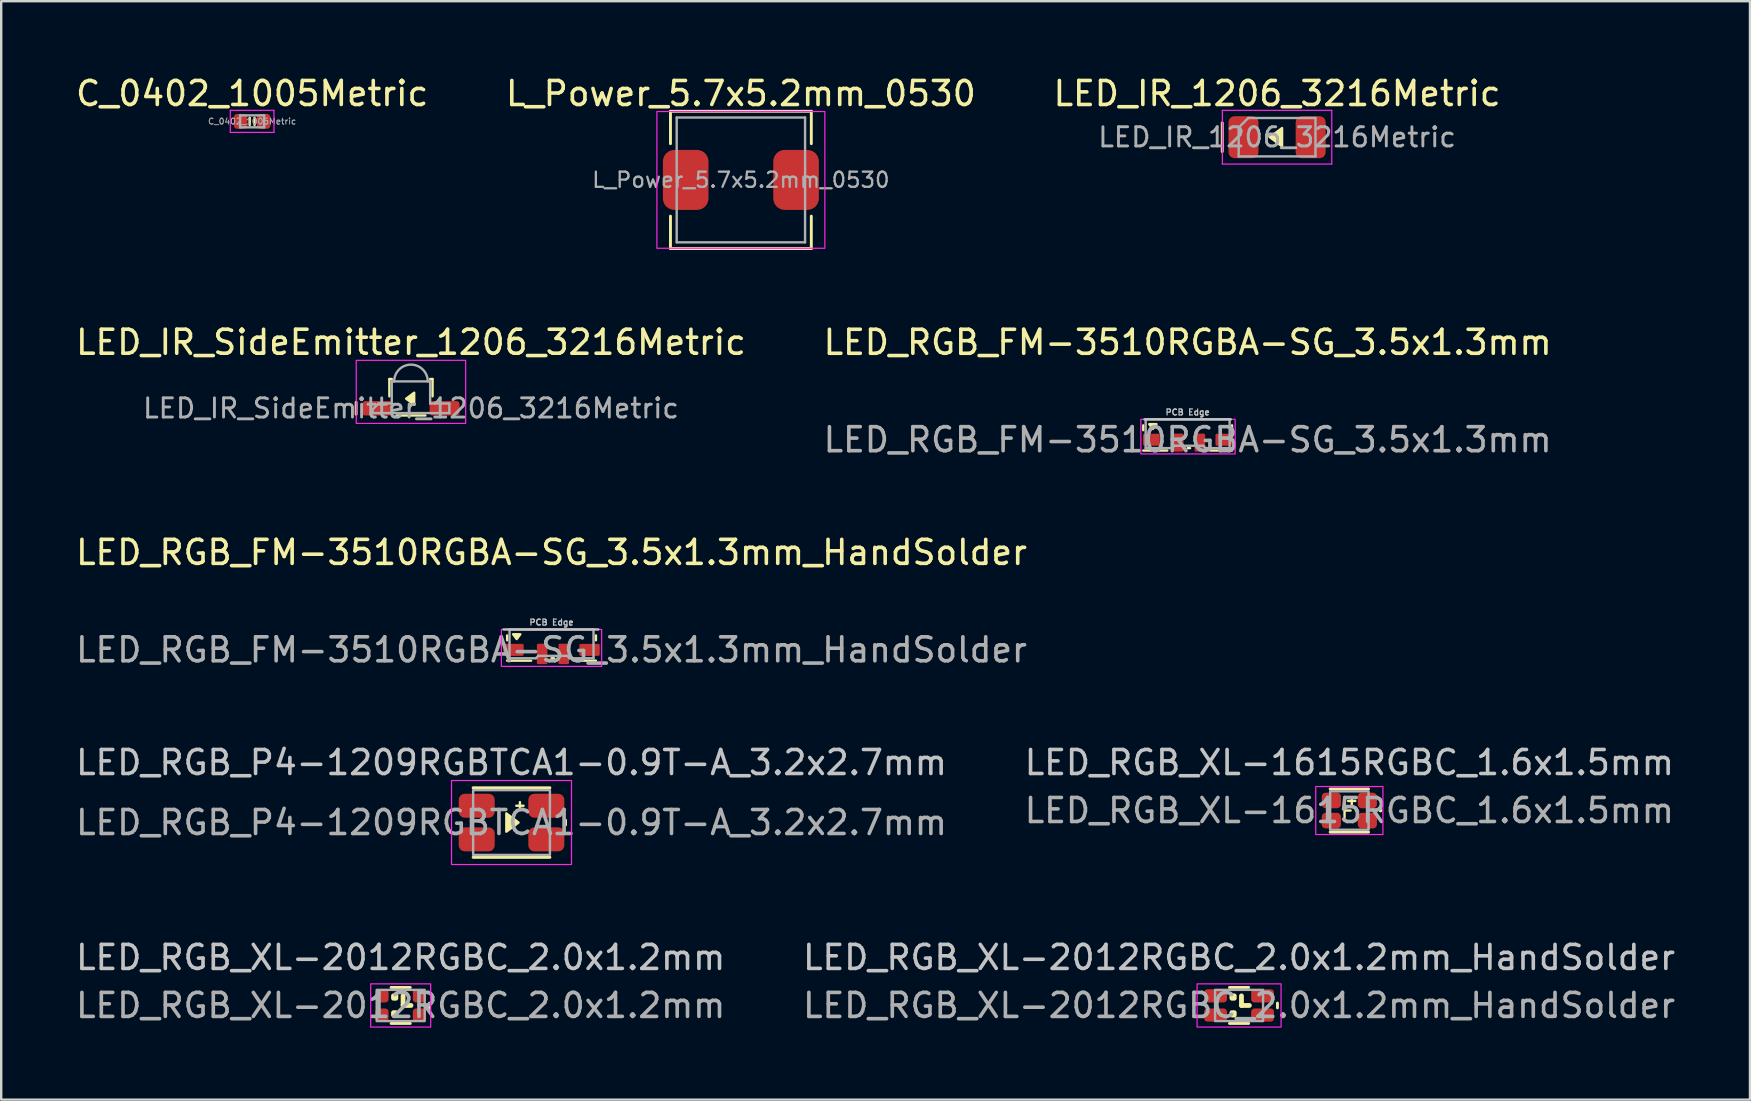
<source format=kicad_pcb>
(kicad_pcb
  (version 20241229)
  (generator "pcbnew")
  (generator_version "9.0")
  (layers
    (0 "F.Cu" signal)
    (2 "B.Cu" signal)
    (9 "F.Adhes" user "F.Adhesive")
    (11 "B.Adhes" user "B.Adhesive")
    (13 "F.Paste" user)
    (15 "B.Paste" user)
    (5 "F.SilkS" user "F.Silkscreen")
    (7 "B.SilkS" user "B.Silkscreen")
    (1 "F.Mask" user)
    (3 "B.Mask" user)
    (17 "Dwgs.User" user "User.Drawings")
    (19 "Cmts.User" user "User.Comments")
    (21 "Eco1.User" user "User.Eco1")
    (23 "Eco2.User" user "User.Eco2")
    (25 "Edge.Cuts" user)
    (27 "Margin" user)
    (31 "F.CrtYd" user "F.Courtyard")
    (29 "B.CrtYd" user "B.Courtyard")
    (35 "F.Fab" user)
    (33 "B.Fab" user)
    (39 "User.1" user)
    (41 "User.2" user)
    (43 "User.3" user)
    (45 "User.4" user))
  (footprint "LED_IR_1206_3216Metric"
    (layer "F.Cu")
    (at 50.173 2.668)
    (property "Reference" "LED_IR_1206_3216Metric" (at 0 -1.82 0) (layer "F.SilkS") (effects (font (size 1 1) (thickness 0.15))))
    (attr smd)
    (fp_line (start -2.285 -0.6) (end -2.285 0.6) (stroke (width 0.12) (type solid)) (layer "F.SilkS"))
    (fp_poly (pts (xy 0.208 -0.381) (xy 0.208 0.381) (xy -0.3 0)) (stroke (width 0.1) (type solid)) (fill yes) (layer "F.SilkS"))
    (fp_line (start -2.28 -1.12) (end 2.28 -1.12) (stroke (width 0.05) (type solid)) (layer "F.CrtYd"))
    (fp_line (start -2.28 1.12) (end -2.28 -1.12) (stroke (width 0.05) (type solid)) (layer "F.CrtYd"))
    (fp_line (start 2.28 -1.12) (end 2.28 1.12) (stroke (width 0.05) (type solid)) (layer "F.CrtYd"))
    (fp_line (start 2.28 1.12) (end -2.28 1.12) (stroke (width 0.05) (type solid)) (layer "F.CrtYd"))
    (fp_line (start -1.6 -0.4) (end -1.6 0.8) (stroke (width 0.1) (type solid)) (layer "F.Fab"))
    (fp_line (start -1.6 0.8) (end 1.6 0.8) (stroke (width 0.1) (type solid)) (layer "F.Fab"))
    (fp_line (start -1.2 -0.8) (end -1.6 -0.4) (stroke (width 0.1) (type solid)) (layer "F.Fab"))
    (fp_line (start 1.6 -0.8) (end -1.2 -0.8) (stroke (width 0.1) (type solid)) (layer "F.Fab"))
    (fp_line (start 1.6 0.8) (end 1.6 -0.8) (stroke (width 0.1) (type solid)) (layer "F.Fab"))
    (fp_text user "${REFERENCE}" (at 0 0 0) (layer "F.Fab") (effects (font (size 0.8 0.8) (thickness 0.12))))
    (pad "1" smd roundrect (at -1.4 0) (size 1.25 1.75) (layers "F.Cu" "F.Mask" "F.Paste") (roundrect_rratio 0.2))
    (pad "2" smd roundrect (at 1.4 0) (size 1.25 1.75) (layers "F.Cu" "F.Mask" "F.Paste") (roundrect_rratio 0.2)))
  (footprint "C_0402_1005Metric"
    (layer "F.Cu")
    (at 7.458 2.008)
    (property "Reference" "C_0402_1005Metric" (at 0 -1.16 0) (layer "F.SilkS") (effects (font (size 1 1) (thickness 0.15))))
    (attr smd)
    (fp_line (start -0.1 0.15) (end -0.1 -0.15) (stroke (width 0.1) (type default)) (layer "F.SilkS"))
    (fp_line (start 0.1 -0.15) (end 0.1 0.15) (stroke (width 0.1) (type default)) (layer "F.SilkS"))
    (fp_line (start -0.91 -0.46) (end 0.91 -0.46) (stroke (width 0.05) (type solid)) (layer "F.CrtYd"))
    (fp_line (start -0.91 0.46) (end -0.91 -0.46) (stroke (width 0.05) (type solid)) (layer "F.CrtYd"))
    (fp_line (start 0.91 -0.46) (end 0.91 0.46) (stroke (width 0.05) (type solid)) (layer "F.CrtYd"))
    (fp_line (start 0.91 0.46) (end -0.91 0.46) (stroke (width 0.05) (type solid)) (layer "F.CrtYd"))
    (fp_line (start -0.5 -0.25) (end 0.5 -0.25) (stroke (width 0.1) (type solid)) (layer "F.Fab"))
    (fp_line (start -0.5 0.25) (end -0.5 -0.25) (stroke (width 0.1) (type solid)) (layer "F.Fab"))
    (fp_line (start 0.5 -0.25) (end 0.5 0.25) (stroke (width 0.1) (type solid)) (layer "F.Fab"))
    (fp_line (start 0.5 0.25) (end -0.5 0.25) (stroke (width 0.1) (type solid)) (layer "F.Fab"))
    (fp_text user "${REFERENCE}" (at 0 0 0) (layer "F.Fab") (effects (font (size 0.25 0.25) (thickness 0.04))))
    (pad "1" smd roundrect (at -0.48 0) (size 0.56 0.62) (layers "F.Cu" "F.Mask" "F.Paste") (roundrect_rratio 0.25))
    (pad "2" smd roundrect (at 0.48 0) (size 0.56 0.62) (layers "F.Cu" "F.Mask" "F.Paste") (roundrect_rratio 0.25)))
  (footprint "LED_RGB_XL-2012RGBC_2.0x1.2mm"
    (layer "F.Cu")
    (at 13.649 38.853)
    (property "Reference" "LED_RGB_XL-2012RGBC_2.0x1.2mm" (at 0 -2 0) (layer "Dwgs.User") (effects (font (size 1 1) (thickness 0.15))))
    (attr smd)
    (fp_line (start -0.4 0.75) (end 0.4 0.75) (stroke (width 0.12) (type default)) (layer "F.SilkS"))
    (fp_line (start 0.1 0) (end 0.1 -0.4) (stroke (width 0.2) (type solid)) (layer "F.SilkS"))
    (fp_line (start 0.1 0) (end 0.43 0) (stroke (width 0.2) (type solid)) (layer "F.SilkS"))
    (fp_line (start 0.4 -0.75) (end -0.4 -0.75) (stroke (width 0.12) (type default)) (layer "F.SilkS"))
    (fp_line (start 1.2 0.1) (end 1.2 -0.1) (stroke (width 0.12) (type default)) (layer "F.SilkS"))
    (fp_rect (start -0.3 -0.4) (end -0.2 -0.3) (stroke (width 0.2) (type default)) (fill yes) (layer "F.SilkS"))
    (fp_rect (start -0.3 0.3) (end -0.2 0.4) (stroke (width 0.2) (type default)) (fill yes) (layer "F.SilkS"))
    (fp_rect (start -1.25 -0.9) (end 1.25 0.9) (stroke (width 0.05) (type default)) (fill no) (layer "F.CrtYd"))
    (fp_rect (start -1 -0.65) (end 1 0.65) (stroke (width 0.1) (type default)) (fill no) (layer "F.Fab"))
    (fp_text user "${REFERENCE}" (at 0 0 0) (layer "F.Fab") (effects (font (size 1 1) (thickness 0.15))))
    (pad "1" smd roundrect (at 0.78 0.4 180) (size 0.55 0.55) (layers "F.Cu" "F.Mask" "F.Paste") (roundrect_rratio 0.25))
    (pad "2" smd roundrect (at -0.78 0.4 180) (size 0.55 0.55) (layers "F.Cu" "F.Mask" "F.Paste") (roundrect_rratio 0.25))
    (pad "3" smd roundrect (at 0.78 -0.4 180) (size 0.55 0.55) (layers "F.Cu" "F.Mask" "F.Paste") (roundrect_rratio 0.25))
    (pad "4" smd roundrect (at -0.78 -0.4 180) (size 0.55 0.55) (layers "F.Cu" "F.Mask" "F.Paste") (roundrect_rratio 0.25)))
  (footprint "L_Power_5.7x5.2mm_0530"
    (layer "F.Cu")
    (at 27.827 4.448)
    (property "Reference" "L_Power_5.7x5.2mm_0530" (at 0 -3.6 0) (layer "F.SilkS") (effects (font (size 1 1) (thickness 0.15))))
    (attr smd)
    (fp_line (start -2.935 -2.86) (end -2.935 -1.51) (stroke (width 0.12) (type solid)) (layer "F.SilkS"))
    (fp_line (start -2.935 -2.86) (end 2.935 -2.86) (stroke (width 0.12) (type solid)) (layer "F.SilkS"))
    (fp_line (start -2.935 2.86) (end -2.935 1.51) (stroke (width 0.12) (type solid)) (layer "F.SilkS"))
    (fp_line (start -2.935 2.86) (end 2.935 2.86) (stroke (width 0.12) (type solid)) (layer "F.SilkS"))
    (fp_line (start 2.935 -2.86) (end 2.935 -1.51) (stroke (width 0.12) (type solid)) (layer "F.SilkS"))
    (fp_line (start 2.935 2.86) (end 2.935 1.51) (stroke (width 0.12) (type solid)) (layer "F.SilkS"))
    (fp_rect (start -3.5 -2.85) (end 3.5 2.85) (stroke (width 0.05) (type default)) (fill no) (layer "F.CrtYd"))
    (fp_line (start -2.675 -2.6) (end -2.675 2.6) (stroke (width 0.1) (type solid)) (layer "F.Fab"))
    (fp_line (start -2.675 2.6) (end 2.675 2.6) (stroke (width 0.1) (type solid)) (layer "F.Fab"))
    (fp_line (start 2.675 -2.6) (end -2.675 -2.6) (stroke (width 0.1) (type solid)) (layer "F.Fab"))
    (fp_line (start 2.675 2.6) (end 2.675 -2.6) (stroke (width 0.1) (type solid)) (layer "F.Fab"))
    (fp_text user "${REFERENCE}" (at 0 0 0) (layer "F.Fab") (effects (font (size 0.633 0.633) (thickness 0.095))))
    (pad "1" smd roundrect (at -2.3 0) (size 1.9 2.5) (layers "F.Cu" "F.Mask" "F.Paste") (roundrect_rratio 0.25))
    (pad "2" smd roundrect (at 2.3 0) (size 1.9 2.5) (layers "F.Cu" "F.Mask" "F.Paste") (roundrect_rratio 0.25)))
  (footprint "LED_RGB_FM-3510RGBA-SG_3.5x1.3mm_HandSolder"
    (layer "F.Cu")
    (at 19.935 24.033)
    (property "Reference" "LED_RGB_FM-3510RGBA-SG_3.5x1.3mm_HandSolder" (at 0 -4.06 0) (layer "F.SilkS") (effects (font (size 1 1) (thickness 0.15))))
    (attr smd)
    (fp_line (start -1.85 -0.4) (end -1.85 -0.6) (stroke (width 0.1) (type default)) (layer "F.SilkS"))
    (fp_line (start -1.85 0.45) (end -0.85 0.45) (stroke (width 0.1) (type default)) (layer "F.SilkS"))
    (fp_line (start 0 0.35) (end 0.1 0.35) (stroke (width 0.1) (type default)) (layer "F.SilkS"))
    (fp_line (start 1.85 -0.4) (end 1.85 -0.6) (stroke (width 0.1) (type default)) (layer "F.SilkS"))
    (fp_line (start 1.85 0.45) (end 0.95 0.45) (stroke (width 0.1) (type default)) (layer "F.SilkS"))
    (fp_poly (pts (xy -1.45 -0.45) (xy -1.6 -0.65) (xy -1.3 -0.65)) (stroke (width 0.1) (type solid)) (fill yes) (layer "F.SilkS"))
    (fp_line (start -2 -0.85) (end 1.95 -0.85) (stroke (width 0.1) (type default)) (layer "Dwgs.User"))
    (fp_rect (start -2.09 -0.85) (end 2.09 0.69) (stroke (width 0.05) (type default)) (fill no) (layer "F.CrtYd"))
    (fp_line (start -1.75 -0.85) (end 1.75 -0.85) (stroke (width 0.1) (type default)) (layer "F.Fab"))
    (fp_line (start -1.75 0.35) (end -1.75 -0.85) (stroke (width 0.1) (type default)) (layer "F.Fab"))
    (fp_line (start -0.65 0.35) (end -1.75 0.35) (stroke (width 0.1) (type default)) (layer "F.Fab"))
    (fp_line (start -0.65 0.35) (end -0.55 0.25) (stroke (width 0.1) (type default)) (layer "F.Fab"))
    (fp_line (start -0.55 0.25) (end 0.65 0.25) (stroke (width 0.1) (type default)) (layer "F.Fab"))
    (fp_line (start 0.75 0.35) (end 0.65 0.25) (stroke (width 0.1) (type default)) (layer "F.Fab"))
    (fp_line (start 1.75 -0.85) (end 1.75 0.35) (stroke (width 0.1) (type default)) (layer "F.Fab"))
    (fp_line (start 1.75 0.35) (end 0.75 0.35) (stroke (width 0.1) (type default)) (layer "F.Fab"))
    (fp_text user "PCB Edge" (at 0 -1 0) (unlocked yes) (layer "Dwgs.User") (effects (font (size 0.25 0.25) (thickness 0.05) (bold yes)) (justify bottom)))
    (fp_text user "${REFERENCE}" (at 0 0 0) (layer "F.Fab") (effects (font (size 1 1) (thickness 0.15))))
    (pad "1" smd roundrect (at -1.585 0 180) (size 0.85 0.5) (layers "F.Cu" "F.Mask" "F.Paste") (roundrect_rratio 0.125))
    (pad "2" smd roundrect (at -0.39 0.17 270) (size 0.85 0.44) (layers "F.Cu" "F.Mask" "F.Paste") (roundrect_rratio 0.125))
    (pad "3" smd roundrect (at 0.51 0.17 270) (size 0.85 0.44) (layers "F.Cu" "F.Mask" "F.Paste") (roundrect_rratio 0.125))
    (pad "4" smd roundrect (at 1.585 0) (size 0.85 0.5) (layers "F.Cu" "F.Mask" "F.Paste") (roundrect_rratio 0.125)))
  (footprint "LED_RGB_P4-1209RGBTCA1-0.9T-A_3.2x2.7mm"
    (layer "F.Cu")
    (at 18.268 31.23)
    (property "Reference" "LED_RGB_P4-1209RGBTCA1-0.9T-A_3.2x2.7mm" (at 0 -2.5 0) (layer "Dwgs.User") (effects (font (size 1 1) (thickness 0.15))))
    (attr smd)
    (fp_line (start -1.6 -1.45) (end 1.6 -1.45) (stroke (width 0.12) (type default)) (layer "F.SilkS"))
    (fp_line (start -1.6 1.45) (end 1.6 1.45) (stroke (width 0.12) (type default)) (layer "F.SilkS"))
    (fp_line (start 0.35 -0.55) (end 0.35 -0.85) (stroke (width 0.1) (type default)) (layer "F.SilkS"))
    (fp_line (start 0.5 -0.7) (end 0.2 -0.7) (stroke (width 0.1) (type default)) (layer "F.SilkS"))
    (fp_line (start 2.25 0.1) (end 2.25 -0.1) (stroke (width 0.12) (type default)) (layer "F.SilkS"))
    (fp_poly (pts (xy -0.216 0.381) (xy -0.216 -0.381) (xy 0.292 0)) (stroke (width 0.1) (type solid)) (fill yes) (layer "F.SilkS"))
    (fp_rect (start -2.5 -1.75) (end 2.5 1.75) (stroke (width 0.05) (type default)) (fill no) (layer "F.CrtYd"))
    (fp_rect (start -1.6 -1.35) (end 1.6 1.35) (stroke (width 0.1) (type default)) (fill no) (layer "F.Fab"))
    (fp_text user "${REFERENCE}" (at 0 0 0) (layer "F.Fab") (effects (font (size 1 1) (thickness 0.15))))
    (pad "1" smd roundrect (at 1.45 0.7 180) (size 1.5 1) (layers "F.Cu" "F.Mask" "F.Paste") (roundrect_rratio 0.25))
    (pad "2" smd roundrect (at -1.45 0.7 180) (size 1.5 1) (layers "F.Cu" "F.Mask" "F.Paste") (roundrect_rratio 0.25))
    (pad "3" smd roundrect (at 1.45 -0.7 180) (size 1.5 1) (layers "F.Cu" "F.Mask" "F.Paste") (roundrect_rratio 0.25))
    (pad "4" smd roundrect (at -1.45 -0.7 180) (size 1.5 1) (layers "F.Cu" "F.Mask" "F.Paste") (roundrect_rratio 0.25)))
  (footprint "LED_RGB_XL-1615RGBC_1.6x1.5mm"
    (layer "F.Cu")
    (at 53.185 30.73)
    (property "Reference" "LED_RGB_XL-1615RGBC_1.6x1.5mm" (at 0 -2 0) (layer "Dwgs.User") (effects (font (size 1 1) (thickness 0.15))))
    (attr smd)
    (fp_line (start -0.8 -0.9) (end 0.8 -0.9) (stroke (width 0.12) (type default)) (layer "F.SilkS"))
    (fp_line (start -0.2 -0.3) (end -0.2 0.3) (stroke (width 0.1) (type default)) (layer "F.SilkS"))
    (fp_line (start -0.2 0) (end 0.05 0) (stroke (width 0.1) (type default)) (layer "F.SilkS"))
    (fp_line (start -0.05 -0.4) (end 0.25 -0.4) (stroke (width 0.1) (type default)) (layer "F.SilkS"))
    (fp_line (start 0.1 -0.55) (end 0.1 -0.25) (stroke (width 0.1) (type default)) (layer "F.SilkS"))
    (fp_line (start 0.3 0) (end 0.3 0) (stroke (width 0.15) (type default)) (layer "F.SilkS"))
    (fp_line (start 0.8 0.9) (end -0.8 0.9) (stroke (width 0.12) (type default)) (layer "F.SilkS"))
    (fp_line (start 1.3 0) (end 1.3 0) (stroke (width 0.15) (type default)) (layer "F.SilkS"))
    (fp_rect (start -1.4 -1) (end 1.4 1) (stroke (width 0.05) (type default)) (fill no) (layer "F.CrtYd"))
    (fp_rect (start -0.8 -0.8) (end 0.8 0.8) (stroke (width 0.1) (type default)) (fill no) (layer "F.Fab"))
    (fp_circle (center 0.8 0.75) (end 0.83 0.75) (stroke (width 0.06) (type solid)) (fill no) (layer "F.Fab"))
    (fp_text user "${REFERENCE}" (at 0 0 0) (layer "F.Fab") (effects (font (size 1 1) (thickness 0.15))))
    (pad "1" smd roundrect (at 0.75 0.42 180) (size 0.8 0.65) (layers "F.Cu" "F.Mask" "F.Paste") (roundrect_rratio 0.25))
    (pad "2" smd roundrect (at 0.75 -0.42 180) (size 0.8 0.65) (layers "F.Cu" "F.Mask" "F.Paste") (roundrect_rratio 0.25))
    (pad "3" smd roundrect (at -0.75 -0.42 180) (size 0.8 0.65) (layers "F.Cu" "F.Mask" "F.Paste") (roundrect_rratio 0.25))
    (pad "4" smd roundrect (at -0.75 0.42 180) (size 0.8 0.65) (layers "F.Cu" "F.Mask" "F.Paste") (roundrect_rratio 0.25)))
  (footprint "LED_IR_SideEmitter_1206_3216Metric"
    (layer "F.Cu")
    (at 14.077 13.966)
    (property "Reference" "LED_IR_SideEmitter_1206_3216Metric" (at 0 -2.75 0) (layer "F.SilkS") (effects (font (size 1 1) (thickness 0.15))))
    (attr smd)
    (fp_line (start -2.285 -0.25) (end -2.285 0.25) (stroke (width 0.12) (type solid)) (layer "F.SilkS"))
    (fp_line (start -0.9 -1.22) (end -0.9 -0.5) (stroke (width 0.1) (type default)) (layer "F.SilkS"))
    (fp_line (start -0.9 -1.22) (end -0.8 -1.22) (stroke (width 0.1) (type default)) (layer "F.SilkS"))
    (fp_line (start -0.6 0.3) (end 0.6 0.3) (stroke (width 0.1) (type default)) (layer "F.SilkS"))
    (fp_line (start 0.8 -1.22) (end 0.9 -1.22) (stroke (width 0.1) (type default)) (layer "F.SilkS"))
    (fp_line (start 0.9 -0.5) (end 0.9 -1.22) (stroke (width 0.1) (type default)) (layer "F.SilkS"))
    (fp_poly (pts (xy 0.134 -0.65) (xy 0.134 -0.15) (xy -0.2 -0.4)) (stroke (width 0.1) (type solid)) (fill yes) (layer "F.SilkS"))
    (fp_rect (start -2.28 -2) (end 2.28 0.63) (stroke (width 0.05) (type default)) (fill no) (layer "F.CrtYd"))
    (fp_line (start -1.6 0.05) (end -1.6 0.2) (stroke (width 0.1) (type default)) (layer "F.Fab"))
    (fp_line (start -1.6 0.2) (end 1.6 0.2) (stroke (width 0.1) (type default)) (layer "F.Fab"))
    (fp_line (start -1.35 -0.2) (end -1.6 0.05) (stroke (width 0.1) (type default)) (layer "F.Fab"))
    (fp_line (start -0.8 -1.12) (end -0.8 -0.2) (stroke (width 0.1) (type default)) (layer "F.Fab"))
    (fp_line (start -0.8 -1.12) (end 0.8 -1.12) (stroke (width 0.1) (type default)) (layer "F.Fab"))
    (fp_line (start -0.8 -0.2) (end -1.35 -0.2) (stroke (width 0.1) (type default)) (layer "F.Fab"))
    (fp_line (start 0.8 -0.2) (end 0.8 -1.12) (stroke (width 0.1) (type default)) (layer "F.Fab"))
    (fp_line (start 1.6 -0.2) (end 0.8 -0.2) (stroke (width 0.1) (type default)) (layer "F.Fab"))
    (fp_line (start 1.6 0.2) (end 1.6 -0.2) (stroke (width 0.1) (type default)) (layer "F.Fab"))
    (fp_arc (start -0.7 -1.12) (mid 0 -1.82) (end 0.7 -1.12) (stroke (width 0.1) (type default)) (layer "F.Fab"))
    (fp_text user "${REFERENCE}" (at 0 0 0) (layer "F.Fab") (effects (font (size 0.8 0.8) (thickness 0.12))))
    (pad "1" smd roundrect (at -1.4 0) (size 1.25 0.6) (layers "F.Cu" "F.Mask" "F.Paste") (roundrect_rratio 0.2))
    (pad "2" smd roundrect (at 1.4 0) (size 1.25 0.6) (layers "F.Cu" "F.Mask" "F.Paste") (roundrect_rratio 0.2)))
  (footprint "LED_RGB_FM-3510RGBA-SG_3.5x1.3mm"
    (layer "F.Cu")
    (at 46.446 15.277)
    (property "Reference" "LED_RGB_FM-3510RGBA-SG_3.5x1.3mm" (at 0 -4.06 0) (layer "F.SilkS") (effects (font (size 1 1) (thickness 0.15))))
    (attr smd)
    (fp_line (start -1.85 -0.4) (end -1.85 -0.6) (stroke (width 0.1) (type default)) (layer "F.SilkS"))
    (fp_line (start -1.85 0.45) (end -0.85 0.45) (stroke (width 0.1) (type default)) (layer "F.SilkS"))
    (fp_line (start 0 0.35) (end 0.1 0.35) (stroke (width 0.1) (type default)) (layer "F.SilkS"))
    (fp_line (start 1.85 -0.4) (end 1.85 -0.6) (stroke (width 0.1) (type default)) (layer "F.SilkS"))
    (fp_line (start 1.85 0.45) (end 0.95 0.45) (stroke (width 0.1) (type default)) (layer "F.SilkS"))
    (fp_poly (pts (xy -1.45 -0.45) (xy -1.6 -0.65) (xy -1.3 -0.65)) (stroke (width 0.1) (type solid)) (fill yes) (layer "F.SilkS"))
    (fp_line (start -1.8 -0.85) (end 1.8 -0.85) (stroke (width 0.1) (type default)) (layer "Dwgs.User"))
    (fp_rect (start -1.95 -0.85) (end 1.98 0.59) (stroke (width 0.05) (type default)) (fill no) (layer "F.CrtYd"))
    (fp_line (start -1.75 -0.85) (end 1.75 -0.85) (stroke (width 0.1) (type default)) (layer "F.Fab"))
    (fp_line (start -1.75 0.35) (end -1.75 -0.85) (stroke (width 0.1) (type default)) (layer "F.Fab"))
    (fp_line (start -0.65 0.35) (end -1.75 0.35) (stroke (width 0.1) (type default)) (layer "F.Fab"))
    (fp_line (start -0.65 0.35) (end -0.55 0.25) (stroke (width 0.1) (type default)) (layer "F.Fab"))
    (fp_line (start -0.55 0.25) (end 0.65 0.25) (stroke (width 0.1) (type default)) (layer "F.Fab"))
    (fp_line (start 0.75 0.35) (end 0.65 0.25) (stroke (width 0.1) (type default)) (layer "F.Fab"))
    (fp_line (start 1.75 -0.85) (end 1.75 0.35) (stroke (width 0.1) (type default)) (layer "F.Fab"))
    (fp_line (start 1.75 0.35) (end 0.75 0.35) (stroke (width 0.1) (type default)) (layer "F.Fab"))
    (fp_text user "PCB Edge" (at 0 -1 0) (unlocked yes) (layer "Dwgs.User") (effects (font (size 0.25 0.25) (thickness 0.05) (bold yes)) (justify bottom)))
    (fp_text user "${REFERENCE}" (at 0 0 0) (layer "F.Fab") (effects (font (size 1 1) (thickness 0.15))))
    (pad "1" smd roundrect (at -1.51 0 180) (size 0.7 0.5) (layers "F.Cu" "F.Mask" "F.Paste") (roundrect_rratio 0.125))
    (pad "2" smd roundrect (at -0.39 0.12 270) (size 0.75 0.44) (layers "F.Cu" "F.Mask" "F.Paste") (roundrect_rratio 0.125))
    (pad "3" smd roundrect (at 0.51 0.12 270) (size 0.75 0.44) (layers "F.Cu" "F.Mask" "F.Paste") (roundrect_rratio 0.125))
    (pad "4" smd roundrect (at 1.51 0) (size 0.7 0.5) (layers "F.Cu" "F.Mask" "F.Paste") (roundrect_rratio 0.125)))
  (footprint "LED_RGB_XL-2012RGBC_2.0x1.2mm_HandSolder"
    (layer "F.Cu")
    (at 48.589 38.853)
    (property "Reference" "LED_RGB_XL-2012RGBC_2.0x1.2mm_HandSolder" (at 0 -2 0) (layer "Dwgs.User") (effects (font (size 1 1) (thickness 0.15))))
    (attr smd)
    (fp_line (start -0.4 0.75) (end 0.4 0.75) (stroke (width 0.12) (type default)) (layer "F.SilkS"))
    (fp_line (start 0.1 0) (end 0.1 -0.4) (stroke (width 0.2) (type solid)) (layer "F.SilkS"))
    (fp_line (start 0.1 0) (end 0.43 0) (stroke (width 0.2) (type solid)) (layer "F.SilkS"))
    (fp_line (start 0.4 -0.75) (end -0.4 -0.75) (stroke (width 0.12) (type default)) (layer "F.SilkS"))
    (fp_line (start 1.6 0.1) (end 1.6 -0.1) (stroke (width 0.12) (type default)) (layer "F.SilkS"))
    (fp_rect (start -0.3 -0.4) (end -0.2 -0.3) (stroke (width 0.2) (type default)) (fill yes) (layer "F.SilkS"))
    (fp_rect (start -0.3 0.3) (end -0.2 0.4) (stroke (width 0.2) (type default)) (fill yes) (layer "F.SilkS"))
    (fp_rect (start -1.75 -0.9) (end 1.75 0.9) (stroke (width 0.05) (type default)) (fill no) (layer "F.CrtYd"))
    (fp_rect (start -1 -0.65) (end 1 0.65) (stroke (width 0.1) (type default)) (fill no) (layer "F.Fab"))
    (fp_text user "${REFERENCE}" (at 0 0 0) (layer "F.Fab") (effects (font (size 1 1) (thickness 0.15))))
    (pad "1" smd roundrect (at 0.98 0.4 180) (size 0.95 0.55) (layers "F.Cu" "F.Mask" "F.Paste") (roundrect_rratio 0.25))
    (pad "2" smd roundrect (at -0.98 0.4 180) (size 0.95 0.55) (layers "F.Cu" "F.Mask" "F.Paste") (roundrect_rratio 0.25))
    (pad "3" smd roundrect (at 0.98 -0.4 180) (size 0.95 0.55) (layers "F.Cu" "F.Mask" "F.Paste") (roundrect_rratio 0.25))
    (pad "4" smd roundrect (at -0.98 -0.4 180) (size 0.95 0.55) (layers "F.Cu" "F.Mask" "F.Paste") (roundrect_rratio 0.25)))
  (gr_rect
    (start -3 -3)
    (end 69.881 42.778)
    (stroke (width 0.1) (type default))
    (fill no)
    (layer "Edge.Cuts")))
</source>
